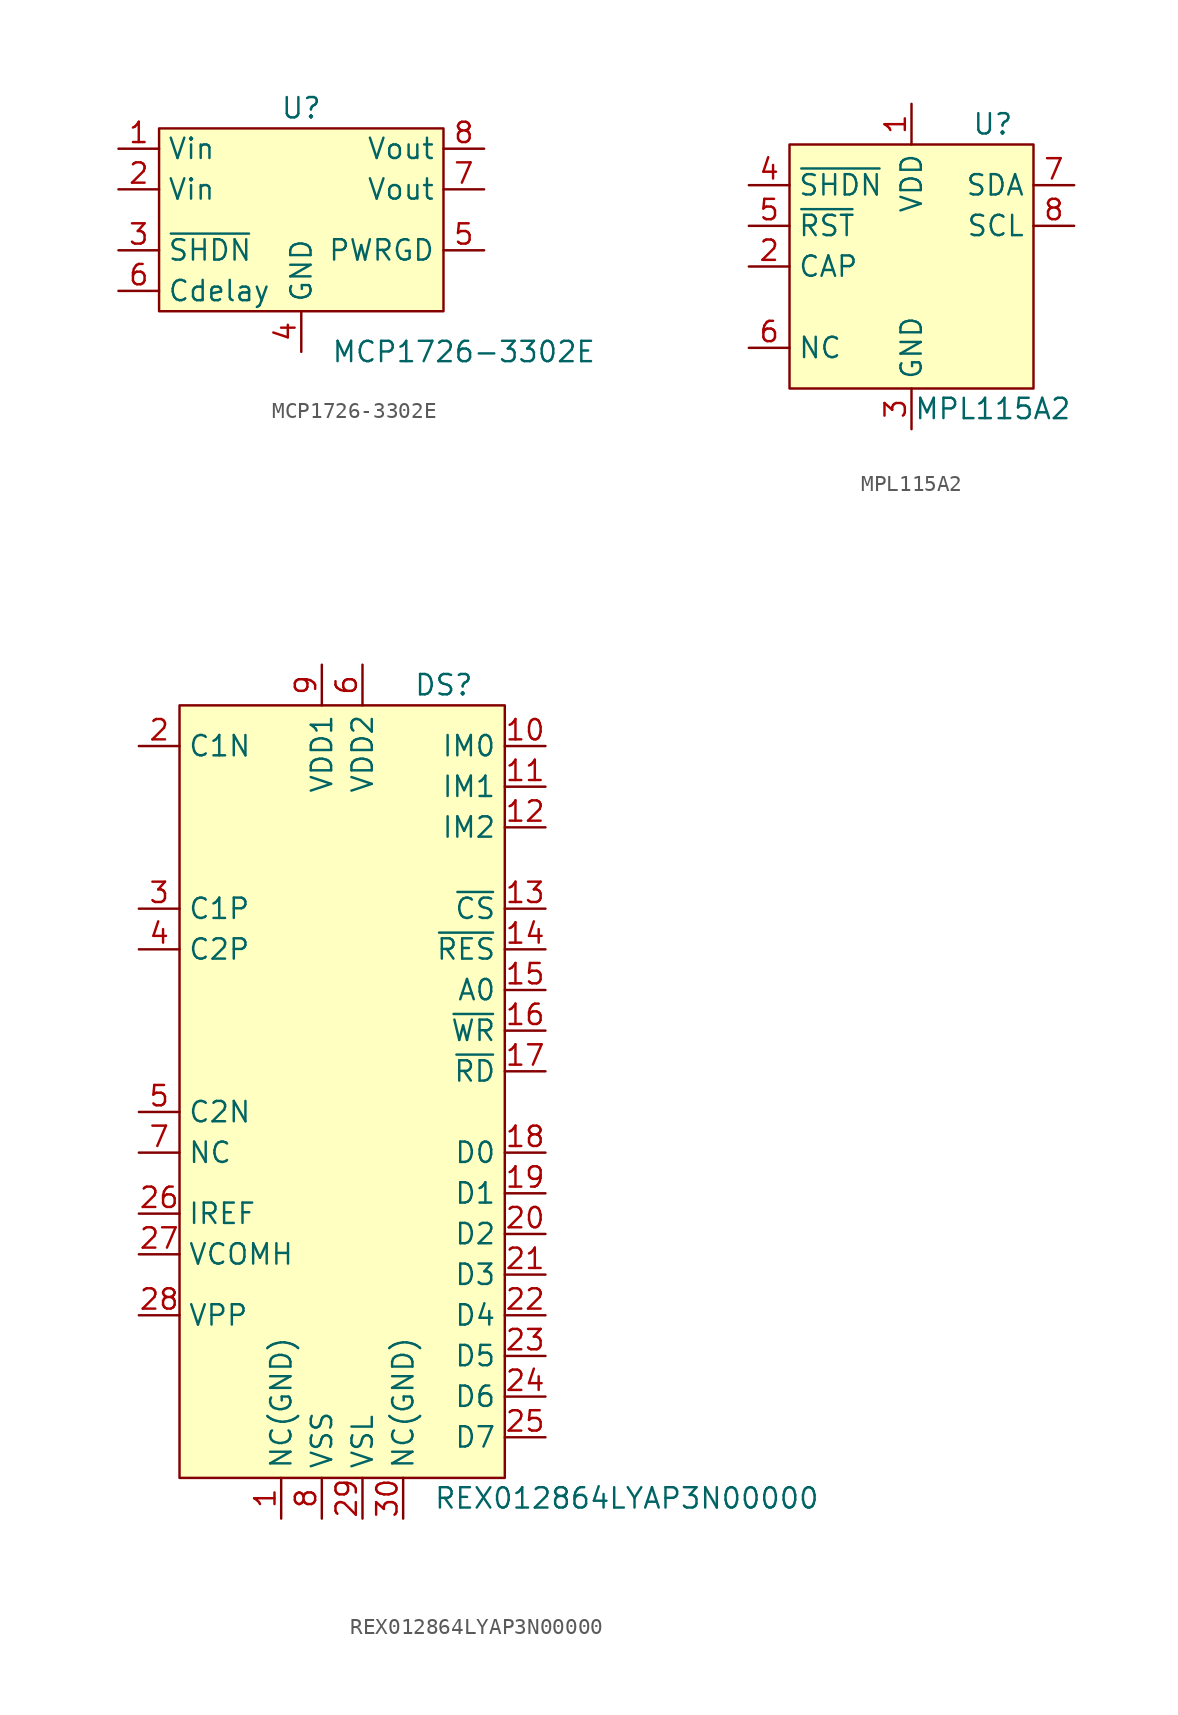
<source format=kicad_sym>
(kicad_symbol_lib
  (version 20211014)
  (generator kicad_symbol_editor)
  (symbol "MCP1726-3302E"
    (property "Reference" "U"
      (at 0 7.62 0)
      (effects (font (size 1.27 1.27))))
    (property "Value" "MCP1726-3302E"
      (at 10.16 -7.62 0)
      (effects (font (size 1.27 1.27))))
    (symbol "MCP1726-3302E_0_1"
      (rectangle (start -8.89 -5.08) (end 8.89 6.35) (stroke (width 0) (type default) (color 0 0 0 0)) (fill (type background))))
    (symbol "MCP1726-3302E_1_1"
      (pin passive line (at -11.43 5.08 0) (length 2.54) (name "Vin" (effects (font (size 1.27 1.27)))) (number "1" (effects (font (size 1.27 1.27)))))
      (pin passive line (at -11.43 2.54 0) (length 2.54) (name "Vin" (effects (font (size 1.27 1.27)))) (number "2" (effects (font (size 1.27 1.27)))))
      (pin passive line (at -11.43 -1.27 0) (length 2.54) (name "~{SHDN}" (effects (font (size 1.27 1.27)))) (number "3" (effects (font (size 1.27 1.27)))))
      (pin passive line (at 0 -7.62 90) (length 2.54) (name "GND" (effects (font (size 1.27 1.27)))) (number "4" (effects (font (size 1.27 1.27)))))
      (pin passive line (at 11.43 -1.27 180) (length 2.54) (name "PWRGD" (effects (font (size 1.27 1.27)))) (number "5" (effects (font (size 1.27 1.27)))))
      (pin passive line (at -11.43 -3.81 0) (length 2.54) (name "Cdelay" (effects (font (size 1.27 1.27)))) (number "6" (effects (font (size 1.27 1.27)))))
      (pin passive line (at 11.43 2.54 180) (length 2.54) (name "Vout" (effects (font (size 1.27 1.27)))) (number "7" (effects (font (size 1.27 1.27)))))
      (pin passive line (at 11.43 5.08 180) (length 2.54) (name "Vout" (effects (font (size 1.27 1.27)))) (number "8" (effects (font (size 1.27 1.27)))))))
  (symbol "MPL115A2"
    (property "Reference" "U"
      (at 5.08 -1.27 0)
      (effects (font (size 1.27 1.27))))
    (property "Value" "MPL115A2"
      (at 5.08 -19.05 0)
      (effects (font (size 1.27 1.27))))
    (symbol "MPL115A2_0_0"
      (pin passive line (at 0 0 270) (length 2.54) (name "VDD" (effects (font (size 1.27 1.27)))) (number "1" (effects (font (size 1.27 1.27)))))
      (pin passive line (at -10.16 -10.16 0) (length 2.54) (name "CAP" (effects (font (size 1.27 1.27)))) (number "2" (effects (font (size 1.27 1.27)))))
      (pin passive line (at 0 -20.32 90) (length 2.54) (name "GND" (effects (font (size 1.27 1.27)))) (number "3" (effects (font (size 1.27 1.27)))))
      (pin passive line (at -10.16 -5.08 0) (length 2.54) (name "~{SHDN}" (effects (font (size 1.27 1.27)))) (number "4" (effects (font (size 1.27 1.27)))))
      (pin passive line (at -10.16 -7.62 0) (length 2.54) (name "~{RST}" (effects (font (size 1.27 1.27)))) (number "5" (effects (font (size 1.27 1.27)))))
      (pin passive line (at -10.16 -15.24 0) (length 2.54) (name "NC" (effects (font (size 1.27 1.27)))) (number "6" (effects (font (size 1.27 1.27)))))
      (pin passive line (at 10.16 -5.08 180) (length 2.54) (name "SDA" (effects (font (size 1.27 1.27)))) (number "7" (effects (font (size 1.27 1.27)))))
      (pin passive line (at 10.16 -7.62 180) (length 2.54) (name "SCL" (effects (font (size 1.27 1.27)))) (number "8" (effects (font (size 1.27 1.27))))))
    (symbol "MPL115A2_0_1"
      (rectangle (start -7.62 -2.54) (end 7.62 -17.78) (stroke (width 0) (type default) (color 0 0 0 0)) (fill (type background)))))
  (symbol "REX012864LYAP3N00000"
    (property "Reference" "DS"
      (at 6.35 25.4 0)
      (effects (font (size 1.27 1.27))))
    (property "Value" "REX012864LYAP3N00000"
      (at 17.78 -25.4 0)
      (effects (font (size 1.27 1.27))))
    (symbol "REX012864LYAP3N00000_0_0"
      (pin unspecified line (at -3.81 -26.67 90) (length 2.54) (name "NC(GND)" (effects (font (size 1.27 1.27)))) (number "1" (effects (font (size 1.27 1.27)))))
      (pin unspecified line (at 12.7 21.59 180) (length 2.54) (name "IM0" (effects (font (size 1.27 1.27)))) (number "10" (effects (font (size 1.27 1.27)))))
      (pin unspecified line (at 12.7 19.05 180) (length 2.54) (name "IM1" (effects (font (size 1.27 1.27)))) (number "11" (effects (font (size 1.27 1.27)))))
      (pin unspecified line (at 12.7 16.51 180) (length 2.54) (name "IM2" (effects (font (size 1.27 1.27)))) (number "12" (effects (font (size 1.27 1.27)))))
      (pin unspecified line (at 12.7 11.43 180) (length 2.54) (name "~{CS}" (effects (font (size 1.27 1.27)))) (number "13" (effects (font (size 1.27 1.27)))))
      (pin unspecified line (at 12.7 8.89 180) (length 2.54) (name "~{RES}" (effects (font (size 1.27 1.27)))) (number "14" (effects (font (size 1.27 1.27)))))
      (pin unspecified line (at 12.7 6.35 180) (length 2.54) (name "A0" (effects (font (size 1.27 1.27)))) (number "15" (effects (font (size 1.27 1.27)))))
      (pin unspecified line (at 12.7 3.81 180) (length 2.54) (name "~{WR}" (effects (font (size 1.27 1.27)))) (number "16" (effects (font (size 1.27 1.27)))))
      (pin unspecified line (at 12.7 1.27 180) (length 2.54) (name "~{RD}" (effects (font (size 1.27 1.27)))) (number "17" (effects (font (size 1.27 1.27)))))
      (pin unspecified line (at 12.7 -3.81 180) (length 2.54) (name "D0" (effects (font (size 1.27 1.27)))) (number "18" (effects (font (size 1.27 1.27)))))
      (pin unspecified line (at 12.7 -6.35 180) (length 2.54) (name "D1" (effects (font (size 1.27 1.27)))) (number "19" (effects (font (size 1.27 1.27)))))
      (pin unspecified line (at -12.7 21.59 0) (length 2.54) (name "C1N" (effects (font (size 1.27 1.27)))) (number "2" (effects (font (size 1.27 1.27)))))
      (pin unspecified line (at 12.7 -8.89 180) (length 2.54) (name "D2" (effects (font (size 1.27 1.27)))) (number "20" (effects (font (size 1.27 1.27)))))
      (pin unspecified line (at 12.7 -11.43 180) (length 2.54) (name "D3" (effects (font (size 1.27 1.27)))) (number "21" (effects (font (size 1.27 1.27)))))
      (pin unspecified line (at 12.7 -13.97 180) (length 2.54) (name "D4" (effects (font (size 1.27 1.27)))) (number "22" (effects (font (size 1.27 1.27)))))
      (pin unspecified line (at 12.7 -16.51 180) (length 2.54) (name "D5" (effects (font (size 1.27 1.27)))) (number "23" (effects (font (size 1.27 1.27)))))
      (pin unspecified line (at 12.7 -19.05 180) (length 2.54) (name "D6" (effects (font (size 1.27 1.27)))) (number "24" (effects (font (size 1.27 1.27)))))
      (pin unspecified line (at 12.7 -21.59 180) (length 2.54) (name "D7" (effects (font (size 1.27 1.27)))) (number "25" (effects (font (size 1.27 1.27)))))
      (pin unspecified line (at -12.7 -7.62 0) (length 2.54) (name "IREF" (effects (font (size 1.27 1.27)))) (number "26" (effects (font (size 1.27 1.27)))))
      (pin unspecified line (at -12.7 -10.16 0) (length 2.54) (name "VCOMH" (effects (font (size 1.27 1.27)))) (number "27" (effects (font (size 1.27 1.27)))))
      (pin unspecified line (at -12.7 -13.97 0) (length 2.54) (name "VPP" (effects (font (size 1.27 1.27)))) (number "28" (effects (font (size 1.27 1.27)))))
      (pin unspecified line (at 1.27 -26.67 90) (length 2.54) (name "VSL" (effects (font (size 1.27 1.27)))) (number "29" (effects (font (size 1.27 1.27)))))
      (pin unspecified line (at -12.7 11.43 0) (length 2.54) (name "C1P" (effects (font (size 1.27 1.27)))) (number "3" (effects (font (size 1.27 1.27)))))
      (pin unspecified line (at 3.81 -26.67 90) (length 2.54) (name "NC(GND)" (effects (font (size 1.27 1.27)))) (number "30" (effects (font (size 1.27 1.27)))))
      (pin unspecified line (at -12.7 8.89 0) (length 2.54) (name "C2P" (effects (font (size 1.27 1.27)))) (number "4" (effects (font (size 1.27 1.27)))))
      (pin unspecified line (at -12.7 -1.27 0) (length 2.54) (name "C2N" (effects (font (size 1.27 1.27)))) (number "5" (effects (font (size 1.27 1.27)))))
      (pin unspecified line (at 1.27 26.67 270) (length 2.54) (name "VDD2" (effects (font (size 1.27 1.27)))) (number "6" (effects (font (size 1.27 1.27)))))
      (pin unspecified line (at -12.7 -3.81 0) (length 2.54) (name "NC" (effects (font (size 1.27 1.27)))) (number "7" (effects (font (size 1.27 1.27)))))
      (pin unspecified line (at -1.27 -26.67 90) (length 2.54) (name "VSS" (effects (font (size 1.27 1.27)))) (number "8" (effects (font (size 1.27 1.27)))))
      (pin unspecified line (at -1.27 26.67 270) (length 2.54) (name "VDD1" (effects (font (size 1.27 1.27)))) (number "9" (effects (font (size 1.27 1.27))))))
    (symbol "REX012864LYAP3N00000_0_1"
      (rectangle (start -10.16 24.13) (end 10.16 -24.13) (stroke (width 0) (type default) (color 0 0 0 0)) (fill (type background))))))
</source>
